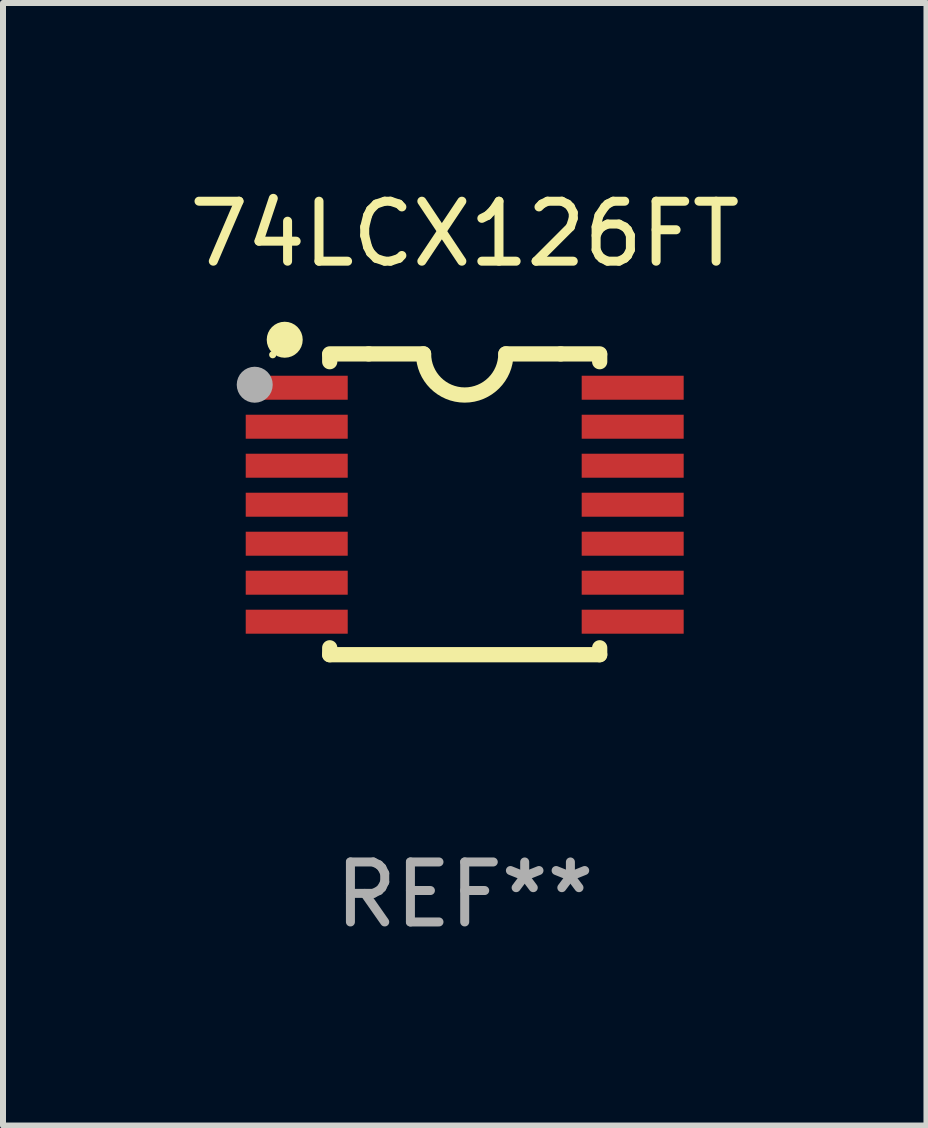
<source format=kicad_pcb>
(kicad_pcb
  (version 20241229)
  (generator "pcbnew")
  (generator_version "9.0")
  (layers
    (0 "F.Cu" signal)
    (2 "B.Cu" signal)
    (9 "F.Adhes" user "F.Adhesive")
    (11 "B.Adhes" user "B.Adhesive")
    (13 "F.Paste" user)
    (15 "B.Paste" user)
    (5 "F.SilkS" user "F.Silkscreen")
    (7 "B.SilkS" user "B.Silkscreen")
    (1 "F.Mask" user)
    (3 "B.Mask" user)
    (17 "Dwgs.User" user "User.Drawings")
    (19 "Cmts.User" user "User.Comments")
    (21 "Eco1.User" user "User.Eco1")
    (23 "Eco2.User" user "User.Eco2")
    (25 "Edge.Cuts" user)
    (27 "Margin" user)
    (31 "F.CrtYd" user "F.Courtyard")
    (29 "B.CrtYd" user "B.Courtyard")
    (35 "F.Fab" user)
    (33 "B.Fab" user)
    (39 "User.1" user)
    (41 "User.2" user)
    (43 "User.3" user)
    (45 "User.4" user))
  (footprint "74LCX126FT"
    (layer "F.Cu")
    (at 4.696 5.356)
    (property "Reference" "74LCX126FT" (at 0 -4.507 0) (layer "F.SilkS") (effects (font (size 1 1) (thickness 0.15))))
    (attr through_hole)
    (fp_line (start -2.25 -2.377) (end -2.25 -2.493) (stroke (width 0.254) (type solid)) (layer "F.SilkS"))
    (fp_line (start -2.25 2.507) (end -2.25 2.392) (stroke (width 0.254) (type solid)) (layer "F.SilkS"))
    (fp_line (start -1.6 -2.507) (end -2.25 -2.507) (stroke (width 0.254) (type solid)) (layer "F.SilkS"))
    (fp_line (start -1.6 -2.507) (end -0.686 -2.507) (stroke (width 0.254) (type solid)) (layer "F.SilkS"))
    (fp_line (start 0.686 -2.507) (end 1.6 -2.507) (stroke (width 0.254) (type solid)) (layer "F.SilkS"))
    (fp_line (start 1.6 -2.507) (end 2.25 -2.507) (stroke (width 0.254) (type solid)) (layer "F.SilkS"))
    (fp_line (start 2.25 -2.493) (end 2.25 -2.377) (stroke (width 0.254) (type solid)) (layer "F.SilkS"))
    (fp_line (start 2.25 2.392) (end 2.25 2.507) (stroke (width 0.254) (type solid)) (layer "F.SilkS"))
    (fp_line (start 2.25 2.507) (end -2.25 2.507) (stroke (width 0.254) (type solid)) (layer "F.SilkS"))
    (fp_arc (start 0.685852 -2.507303) (mid 0.000051 -1.821502) (end -0.68575 -2.507303) (stroke (width 0.254001) (type solid)) (layer "F.SilkS"))
    (fp_circle (center -3.2 -2.493) (end -3.17 -2.493) (stroke (width 0.06) (type solid)) (fill no) (layer "F.SilkS"))
    (fp_circle (center -3 -2.743) (end -2.85 -2.743) (stroke (width 0.3) (type solid)) (fill no) (layer "F.SilkS"))
    (fp_circle (center -3.5 -1.993) (end -3.35 -1.993) (stroke (width 0.3) (type solid)) (fill no) (layer "F.Fab"))
    (fp_text user "REF**" (at 0 6.507 0) (layer "F.Fab") (effects (font (size 1 1) (thickness 0.15))))
    (pad "1" smd rect (at -2.8 -1.943) (size 1.7 0.4) (layers "F.Cu" "F.Mask" "F.Paste"))
    (pad "2" smd rect (at -2.8 -1.293) (size 1.7 0.4) (layers "F.Cu" "F.Mask" "F.Paste"))
    (pad "3" smd rect (at -2.8 -0.643) (size 1.7 0.4) (layers "F.Cu" "F.Mask" "F.Paste"))
    (pad "4" smd rect (at -2.8 0.007) (size 1.7 0.4) (layers "F.Cu" "F.Mask" "F.Paste"))
    (pad "5" smd rect (at -2.8 0.657) (size 1.7 0.4) (layers "F.Cu" "F.Mask" "F.Paste"))
    (pad "6" smd rect (at -2.8 1.307) (size 1.7 0.4) (layers "F.Cu" "F.Mask" "F.Paste"))
    (pad "7" smd rect (at -2.8 1.957) (size 1.7 0.4) (layers "F.Cu" "F.Mask" "F.Paste"))
    (pad "8" smd rect (at 2.8 1.957) (size 1.7 0.4) (layers "F.Cu" "F.Mask" "F.Paste"))
    (pad "9" smd rect (at 2.8 1.307) (size 1.7 0.4) (layers "F.Cu" "F.Mask" "F.Paste"))
    (pad "10" smd rect (at 2.8 0.657) (size 1.7 0.4) (layers "F.Cu" "F.Mask" "F.Paste"))
    (pad "11" smd rect (at 2.8 0.007) (size 1.7 0.4) (layers "F.Cu" "F.Mask" "F.Paste"))
    (pad "12" smd rect (at 2.8 -0.643) (size 1.7 0.4) (layers "F.Cu" "F.Mask" "F.Paste"))
    (pad "13" smd rect (at 2.8 -1.293) (size 1.7 0.4) (layers "F.Cu" "F.Mask" "F.Paste"))
    (pad "14" smd rect (at 2.8 -1.943) (size 1.7 0.4) (layers "F.Cu" "F.Mask" "F.Paste")))
  (gr_rect
    (start -3 -3)
    (end 12.393 15.711)
    (stroke (width 0.1) (type default))
    (fill no)
    (layer "Edge.Cuts")))
</source>
